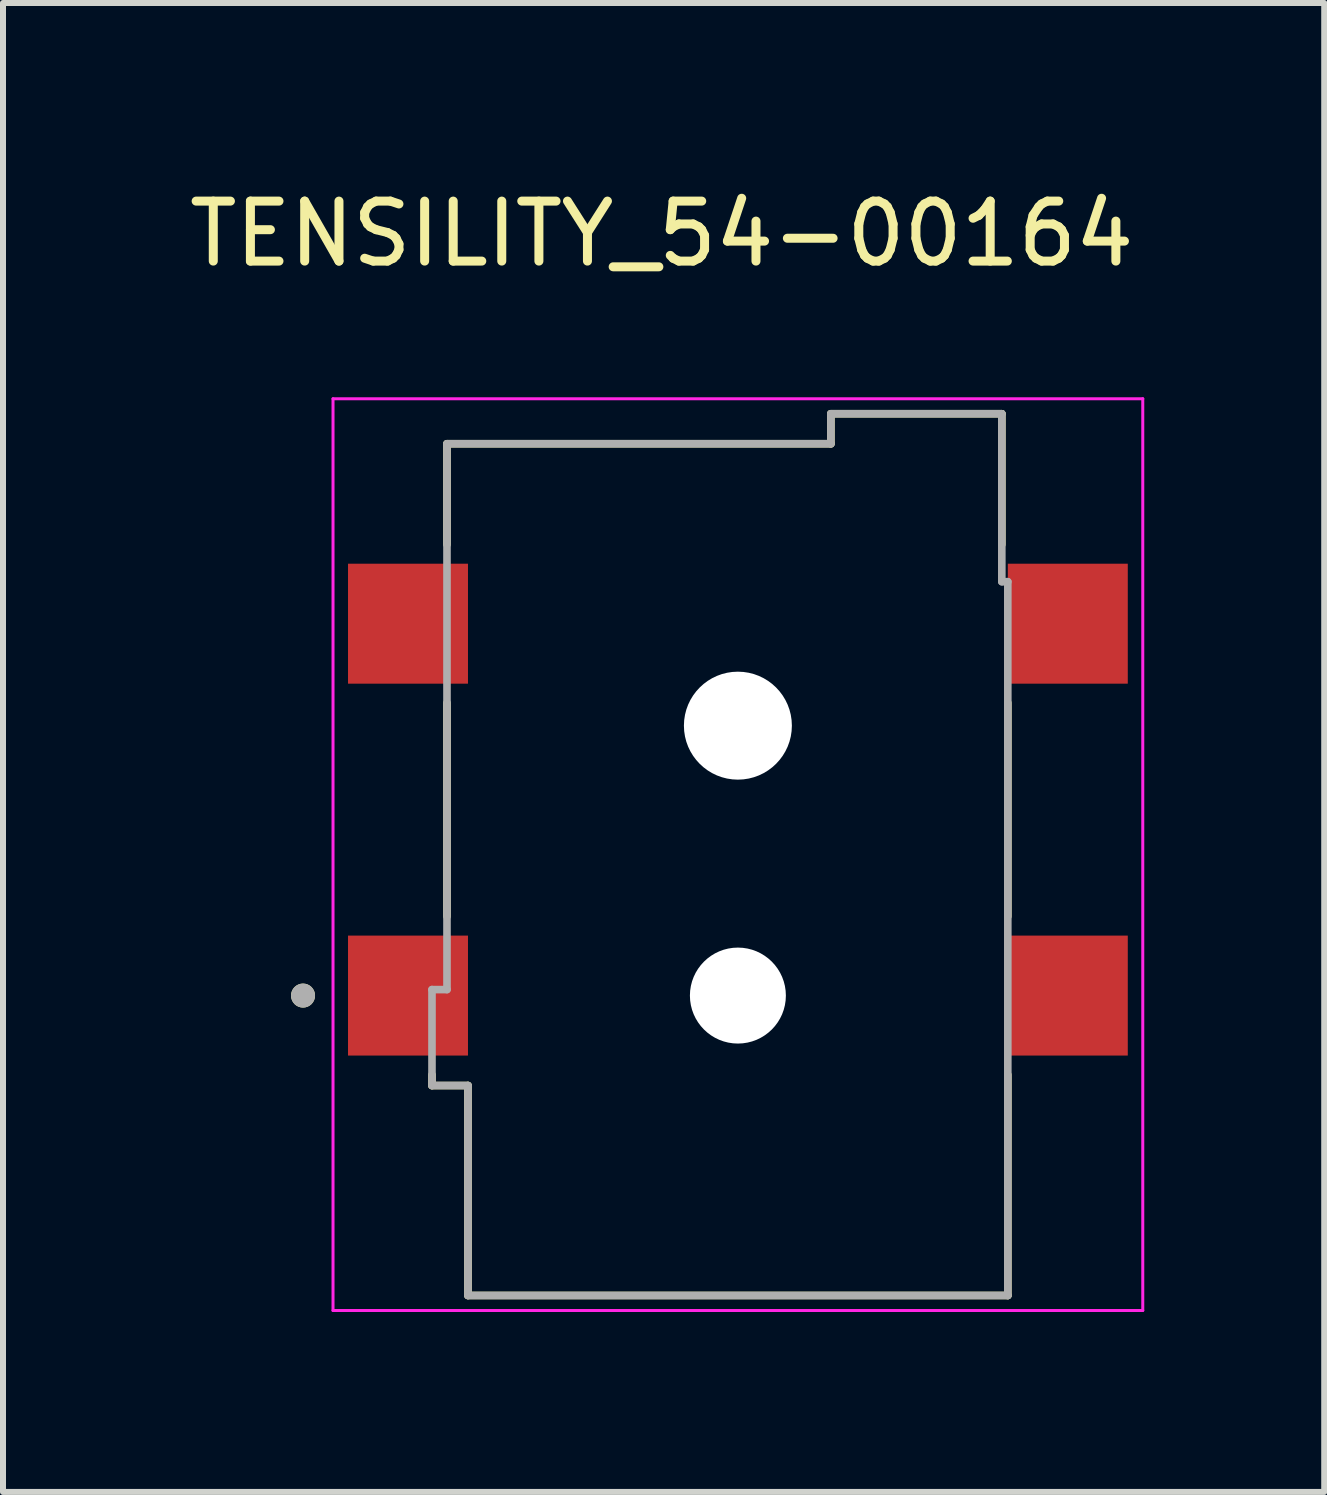
<source format=kicad_pcb>
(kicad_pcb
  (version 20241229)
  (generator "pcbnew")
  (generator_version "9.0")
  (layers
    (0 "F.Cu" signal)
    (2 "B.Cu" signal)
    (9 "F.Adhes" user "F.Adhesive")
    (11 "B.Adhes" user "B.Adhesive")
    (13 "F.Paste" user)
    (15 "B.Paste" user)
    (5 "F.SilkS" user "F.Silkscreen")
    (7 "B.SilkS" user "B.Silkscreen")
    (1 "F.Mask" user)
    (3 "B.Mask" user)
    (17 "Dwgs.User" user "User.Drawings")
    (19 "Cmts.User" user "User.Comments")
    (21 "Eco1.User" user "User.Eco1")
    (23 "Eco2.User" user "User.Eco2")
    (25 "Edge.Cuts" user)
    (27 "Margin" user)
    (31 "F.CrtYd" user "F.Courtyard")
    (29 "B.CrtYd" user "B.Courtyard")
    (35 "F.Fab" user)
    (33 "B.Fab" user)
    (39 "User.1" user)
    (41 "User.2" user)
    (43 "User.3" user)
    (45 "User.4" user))
  (footprint "TENSILITY_54-00164"
    (layer "F.Cu")
    (at 9.252 11.298)
    (property "Reference" "TENSILITY_54-00164" (at -1.27 -10.45 0) (layer "F.SilkS") (effects (font (size 1 1) (thickness 0.15))))
    (attr smd)
    (fp_line (start -5.1 3.75) (end -5.1 3.57) (stroke (width 0.127) (type solid)) (layer "F.SilkS"))
    (fp_line (start -5.1 3.75) (end -4.5 3.75) (stroke (width 0.127) (type solid)) (layer "F.SilkS"))
    (fp_line (start -4.85 -6.95) (end 1.55 -6.95) (stroke (width 0.127) (type solid)) (layer "F.SilkS"))
    (fp_line (start -4.85 -5.27) (end -4.85 -6.95) (stroke (width 0.127) (type solid)) (layer "F.SilkS"))
    (fp_line (start -4.85 -2.63) (end -4.85 0.93) (stroke (width 0.127) (type solid)) (layer "F.SilkS"))
    (fp_line (start -4.5 7.25) (end -4.5 3.75) (stroke (width 0.127) (type solid)) (layer "F.SilkS"))
    (fp_line (start -4.5 7.25) (end 4.5 7.25) (stroke (width 0.127) (type solid)) (layer "F.SilkS"))
    (fp_line (start 1.55 -7.45) (end 1.55 -6.95) (stroke (width 0.127) (type solid)) (layer "F.SilkS"))
    (fp_line (start 1.55 -7.45) (end 4.4 -7.45) (stroke (width 0.127) (type solid)) (layer "F.SilkS"))
    (fp_line (start 4.4 -7.45) (end 4.4 -5.27) (stroke (width 0.127) (type solid)) (layer "F.SilkS"))
    (fp_line (start 4.5 -2.63) (end 4.5 0.93) (stroke (width 0.127) (type solid)) (layer "F.SilkS"))
    (fp_line (start 4.5 7.25) (end 4.5 3.57) (stroke (width 0.127) (type solid)) (layer "F.SilkS"))
    (fp_circle (center -7.25 2.25) (end -7.15 2.25) (stroke (width 0.2) (type solid)) (fill no) (layer "F.SilkS"))
    (fp_line (start -6.75 -7.7) (end -6.75 7.5) (stroke (width 0.05) (type solid)) (layer "F.CrtYd"))
    (fp_line (start -6.75 7.5) (end 6.75 7.5) (stroke (width 0.05) (type solid)) (layer "F.CrtYd"))
    (fp_line (start 6.75 -7.7) (end -6.75 -7.7) (stroke (width 0.05) (type solid)) (layer "F.CrtYd"))
    (fp_line (start 6.75 7.5) (end 6.75 -7.7) (stroke (width 0.05) (type solid)) (layer "F.CrtYd"))
    (fp_line (start -5.1 2.15) (end -5.1 3.75) (stroke (width 0.127) (type solid)) (layer "F.Fab"))
    (fp_line (start -5.1 2.15) (end -4.85 2.15) (stroke (width 0.127) (type solid)) (layer "F.Fab"))
    (fp_line (start -5.1 3.75) (end -4.5 3.75) (stroke (width 0.127) (type solid)) (layer "F.Fab"))
    (fp_line (start -4.85 -6.95) (end 1.55 -6.95) (stroke (width 0.127) (type solid)) (layer "F.Fab"))
    (fp_line (start -4.85 2.15) (end -4.85 -6.95) (stroke (width 0.127) (type solid)) (layer "F.Fab"))
    (fp_line (start -4.5 7.25) (end -4.5 3.75) (stroke (width 0.127) (type solid)) (layer "F.Fab"))
    (fp_line (start -4.5 7.25) (end 4.5 7.25) (stroke (width 0.127) (type solid)) (layer "F.Fab"))
    (fp_line (start 1.55 -7.45) (end 1.55 -6.95) (stroke (width 0.127) (type solid)) (layer "F.Fab"))
    (fp_line (start 1.55 -7.45) (end 4.4 -7.45) (stroke (width 0.127) (type solid)) (layer "F.Fab"))
    (fp_line (start 4.4 -7.45) (end 4.4 -4.65) (stroke (width 0.127) (type solid)) (layer "F.Fab"))
    (fp_line (start 4.4 -4.65) (end 4.5 -4.65) (stroke (width 0.127) (type solid)) (layer "F.Fab"))
    (fp_line (start 4.5 7.25) (end 4.5 -4.65) (stroke (width 0.127) (type solid)) (layer "F.Fab"))
    (fp_circle (center -7.25 2.25) (end -7.15 2.25) (stroke (width 0.2) (type solid)) (fill no) (layer "F.Fab"))
    (pad "" np_thru_hole circle (at 0 -2.25) (size 1.8 1.8) (drill 1.8) (layers "*.Cu" "*.Mask"))
    (pad "" np_thru_hole circle (at 0 2.25) (size 1.6 1.6) (drill 1.6) (layers "*.Cu" "*.Mask"))
    (pad "A1" smd rect (at -5.5 2.25) (size 2 2) (layers "F.Cu" "F.Mask" "F.Paste"))
    (pad "A2" smd rect (at -5.5 -3.95) (size 2 2) (layers "F.Cu" "F.Mask" "F.Paste"))
    (pad "B" smd rect (at 5.5 2.25) (size 2 2) (layers "F.Cu" "F.Mask" "F.Paste"))
    (pad "C" smd rect (at 5.5 -3.95) (size 2 2) (layers "F.Cu" "F.Mask" "F.Paste")))
  (gr_rect
    (start -3 -3)
    (end 19.027 21.823)
    (stroke (width 0.1) (type default))
    (fill no)
    (layer "Edge.Cuts")))
</source>
